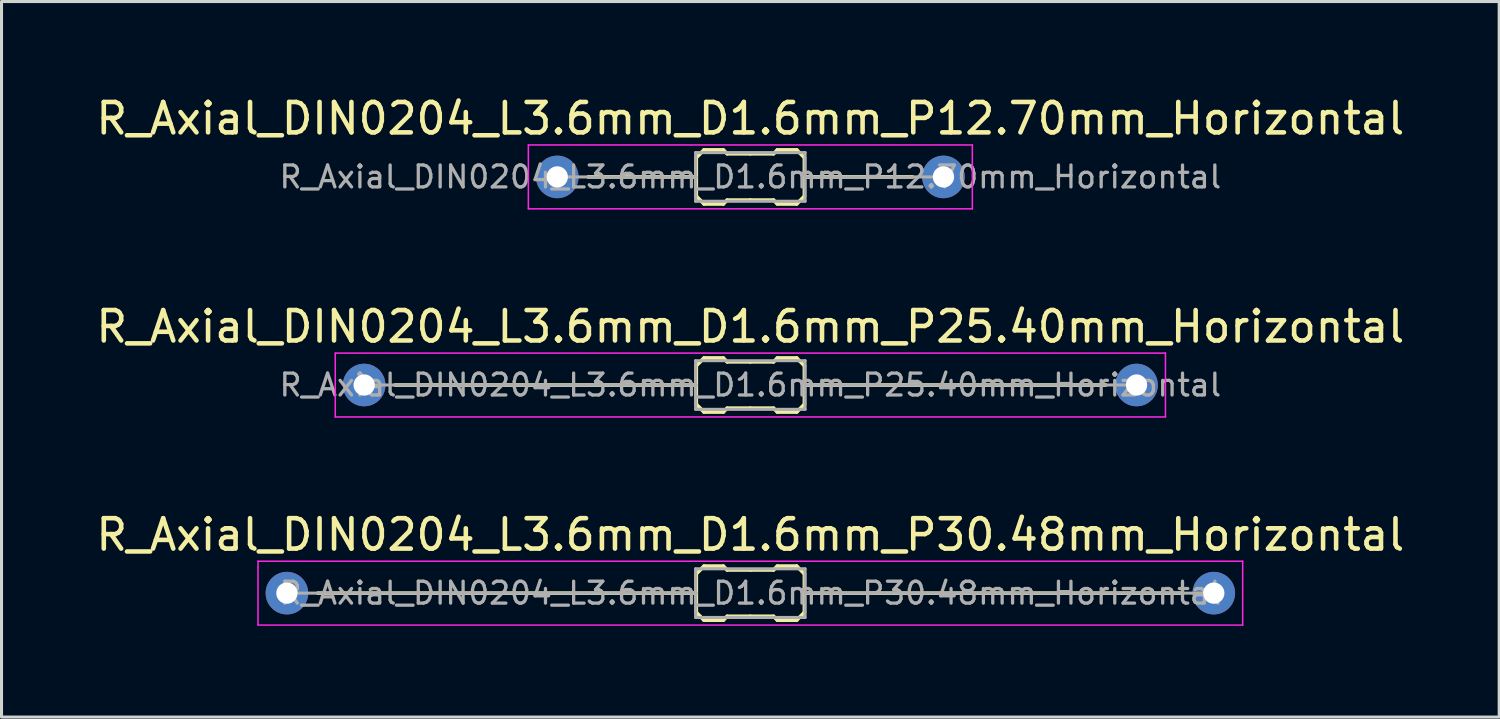
<source format=kicad_pcb>
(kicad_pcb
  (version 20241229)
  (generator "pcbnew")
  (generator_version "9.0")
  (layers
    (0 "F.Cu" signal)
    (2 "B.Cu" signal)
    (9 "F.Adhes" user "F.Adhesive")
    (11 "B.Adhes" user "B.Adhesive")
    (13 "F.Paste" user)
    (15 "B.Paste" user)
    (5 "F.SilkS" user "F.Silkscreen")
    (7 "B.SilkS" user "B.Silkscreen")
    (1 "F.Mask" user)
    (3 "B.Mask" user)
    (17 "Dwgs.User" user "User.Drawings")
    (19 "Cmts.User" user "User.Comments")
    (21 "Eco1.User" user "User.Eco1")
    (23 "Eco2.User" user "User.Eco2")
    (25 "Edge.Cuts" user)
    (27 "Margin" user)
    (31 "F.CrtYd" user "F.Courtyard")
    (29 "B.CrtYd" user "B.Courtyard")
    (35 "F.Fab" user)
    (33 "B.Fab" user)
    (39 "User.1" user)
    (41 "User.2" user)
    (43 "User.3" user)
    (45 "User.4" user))
  (footprint "R_Axial_DIN0204_L3.6mm_D1.6mm_P25.40mm_Horizontal"
    (layer "F.Cu")
    (at 8.925 9.611)
    (property "Reference" "R_Axial_DIN0204_L3.6mm_D1.6mm_P25.40mm_Horizontal" (at 12.7 -1.92 0) (layer "F.SilkS") (effects (font (size 1 1) (thickness 0.15))))
    (attr through_hole)
    (fp_line (start 1.016 0) (end 10.78 0) (stroke (width 0.12) (type solid)) (layer "F.SilkS"))
    (fp_line (start 10.78 0) (end 10.922 0) (stroke (width 0.12) (type solid)) (layer "F.SilkS"))
    (fp_line (start 10.922 -0.635) (end 11.176 -0.889) (stroke (width 0.12) (type solid)) (layer "F.SilkS"))
    (fp_line (start 10.922 0.635) (end 10.922 -0.635) (stroke (width 0.12) (type solid)) (layer "F.SilkS"))
    (fp_line (start 10.922 0.635) (end 11.176 0.889) (stroke (width 0.12) (type solid)) (layer "F.SilkS"))
    (fp_line (start 11.176 -0.889) (end 11.811 -0.889) (stroke (width 0.12) (type solid)) (layer "F.SilkS"))
    (fp_line (start 11.176 0.889) (end 11.811 0.889) (stroke (width 0.12) (type solid)) (layer "F.SilkS"))
    (fp_line (start 11.811 -0.889) (end 11.938 -0.762) (stroke (width 0.12) (type solid)) (layer "F.SilkS"))
    (fp_line (start 11.811 0.889) (end 11.938 0.762) (stroke (width 0.12) (type solid)) (layer "F.SilkS"))
    (fp_line (start 11.938 -0.762) (end 12.7 -0.762) (stroke (width 0.12) (type solid)) (layer "F.SilkS"))
    (fp_line (start 11.938 0.762) (end 12.7 0.762) (stroke (width 0.12) (type solid)) (layer "F.SilkS"))
    (fp_line (start 13.462 -0.762) (end 12.7 -0.762) (stroke (width 0.12) (type solid)) (layer "F.SilkS"))
    (fp_line (start 13.462 0.762) (end 12.7 0.762) (stroke (width 0.12) (type solid)) (layer "F.SilkS"))
    (fp_line (start 13.589 -0.889) (end 13.462 -0.762) (stroke (width 0.12) (type solid)) (layer "F.SilkS"))
    (fp_line (start 13.589 0.889) (end 13.462 0.762) (stroke (width 0.12) (type solid)) (layer "F.SilkS"))
    (fp_line (start 14.224 -0.889) (end 13.589 -0.889) (stroke (width 0.12) (type solid)) (layer "F.SilkS"))
    (fp_line (start 14.224 0.889) (end 13.589 0.889) (stroke (width 0.12) (type solid)) (layer "F.SilkS"))
    (fp_line (start 14.478 -0.635) (end 14.224 -0.889) (stroke (width 0.12) (type solid)) (layer "F.SilkS"))
    (fp_line (start 14.478 -0.635) (end 14.478 0.635) (stroke (width 0.12) (type solid)) (layer "F.SilkS"))
    (fp_line (start 14.478 0.635) (end 14.224 0.889) (stroke (width 0.12) (type solid)) (layer "F.SilkS"))
    (fp_line (start 14.605 0) (end 14.478 0) (stroke (width 0.12) (type solid)) (layer "F.SilkS"))
    (fp_line (start 24.384 0) (end 14.62 0) (stroke (width 0.12) (type solid)) (layer "F.SilkS"))
    (fp_line (start -0.95 -1.05) (end -0.95 1.05) (stroke (width 0.05) (type solid)) (layer "F.CrtYd"))
    (fp_line (start -0.95 1.05) (end 26.35 1.05) (stroke (width 0.05) (type solid)) (layer "F.CrtYd"))
    (fp_line (start 26.35 -1.05) (end -0.95 -1.05) (stroke (width 0.05) (type solid)) (layer "F.CrtYd"))
    (fp_line (start 26.35 1.05) (end 26.35 -1.05) (stroke (width 0.05) (type solid)) (layer "F.CrtYd"))
    (fp_line (start 0 0) (end 10.922 0) (stroke (width 0.1) (type solid)) (layer "F.Fab"))
    (fp_line (start 10.9 -0.8) (end 10.9 0.8) (stroke (width 0.1) (type solid)) (layer "F.Fab"))
    (fp_line (start 10.9 0.8) (end 14.5 0.8) (stroke (width 0.1) (type solid)) (layer "F.Fab"))
    (fp_line (start 14.5 -0.8) (end 10.9 -0.8) (stroke (width 0.1) (type solid)) (layer "F.Fab"))
    (fp_line (start 14.5 0.8) (end 14.5 -0.8) (stroke (width 0.1) (type solid)) (layer "F.Fab"))
    (fp_line (start 25.4 0) (end 14.5 0) (stroke (width 0.1) (type solid)) (layer "F.Fab"))
    (fp_text user "${REFERENCE}" (at 12.7 0 0) (layer "F.Fab") (effects (font (size 0.72 0.72) (thickness 0.108))))
    (pad "1" thru_hole circle (at 0 0) (size 1.4 1.4) (drill 0.7) (layers "*.Cu" "*.Mask"))
    (pad "2" thru_hole oval (at 25.4 0) (size 1.4 1.4) (drill 0.7) (layers "*.Cu" "*.Mask")))
  (footprint "R_Axial_DIN0204_L3.6mm_D1.6mm_P30.48mm_Horizontal"
    (layer "F.Cu")
    (at 6.385 16.455)
    (property "Reference" "R_Axial_DIN0204_L3.6mm_D1.6mm_P30.48mm_Horizontal" (at 15.24 -1.92 0) (layer "F.SilkS") (effects (font (size 1 1) (thickness 0.15))))
    (attr through_hole)
    (fp_line (start 1.016 0) (end 13.32 0) (stroke (width 0.12) (type solid)) (layer "F.SilkS"))
    (fp_line (start 13.32 0) (end 13.462 0) (stroke (width 0.12) (type solid)) (layer "F.SilkS"))
    (fp_line (start 13.462 -0.635) (end 13.716 -0.889) (stroke (width 0.12) (type solid)) (layer "F.SilkS"))
    (fp_line (start 13.462 0.635) (end 13.462 -0.635) (stroke (width 0.12) (type solid)) (layer "F.SilkS"))
    (fp_line (start 13.462 0.635) (end 13.716 0.889) (stroke (width 0.12) (type solid)) (layer "F.SilkS"))
    (fp_line (start 13.716 -0.889) (end 14.351 -0.889) (stroke (width 0.12) (type solid)) (layer "F.SilkS"))
    (fp_line (start 13.716 0.889) (end 14.351 0.889) (stroke (width 0.12) (type solid)) (layer "F.SilkS"))
    (fp_line (start 14.351 -0.889) (end 14.478 -0.762) (stroke (width 0.12) (type solid)) (layer "F.SilkS"))
    (fp_line (start 14.351 0.889) (end 14.478 0.762) (stroke (width 0.12) (type solid)) (layer "F.SilkS"))
    (fp_line (start 14.478 -0.762) (end 15.24 -0.762) (stroke (width 0.12) (type solid)) (layer "F.SilkS"))
    (fp_line (start 14.478 0.762) (end 15.24 0.762) (stroke (width 0.12) (type solid)) (layer "F.SilkS"))
    (fp_line (start 16.002 -0.762) (end 15.24 -0.762) (stroke (width 0.12) (type solid)) (layer "F.SilkS"))
    (fp_line (start 16.002 0.762) (end 15.24 0.762) (stroke (width 0.12) (type solid)) (layer "F.SilkS"))
    (fp_line (start 16.129 -0.889) (end 16.002 -0.762) (stroke (width 0.12) (type solid)) (layer "F.SilkS"))
    (fp_line (start 16.129 0.889) (end 16.002 0.762) (stroke (width 0.12) (type solid)) (layer "F.SilkS"))
    (fp_line (start 16.764 -0.889) (end 16.129 -0.889) (stroke (width 0.12) (type solid)) (layer "F.SilkS"))
    (fp_line (start 16.764 0.889) (end 16.129 0.889) (stroke (width 0.12) (type solid)) (layer "F.SilkS"))
    (fp_line (start 17.018 -0.635) (end 16.764 -0.889) (stroke (width 0.12) (type solid)) (layer "F.SilkS"))
    (fp_line (start 17.018 -0.635) (end 17.018 0.635) (stroke (width 0.12) (type solid)) (layer "F.SilkS"))
    (fp_line (start 17.018 0.635) (end 16.764 0.889) (stroke (width 0.12) (type solid)) (layer "F.SilkS"))
    (fp_line (start 17.145 0) (end 17.018 0) (stroke (width 0.12) (type solid)) (layer "F.SilkS"))
    (fp_line (start 29.464 0) (end 17.16 0) (stroke (width 0.12) (type solid)) (layer "F.SilkS"))
    (fp_line (start -0.95 -1.05) (end -0.95 1.05) (stroke (width 0.05) (type solid)) (layer "F.CrtYd"))
    (fp_line (start -0.95 1.05) (end 31.43 1.05) (stroke (width 0.05) (type solid)) (layer "F.CrtYd"))
    (fp_line (start 31.43 -1.05) (end -0.95 -1.05) (stroke (width 0.05) (type solid)) (layer "F.CrtYd"))
    (fp_line (start 31.43 1.05) (end 31.43 -1.05) (stroke (width 0.05) (type solid)) (layer "F.CrtYd"))
    (fp_line (start 0 0) (end 13.462 0) (stroke (width 0.1) (type solid)) (layer "F.Fab"))
    (fp_line (start 13.44 -0.8) (end 13.44 0.8) (stroke (width 0.1) (type solid)) (layer "F.Fab"))
    (fp_line (start 13.44 0.8) (end 17.04 0.8) (stroke (width 0.1) (type solid)) (layer "F.Fab"))
    (fp_line (start 17.04 -0.8) (end 13.44 -0.8) (stroke (width 0.1) (type solid)) (layer "F.Fab"))
    (fp_line (start 17.04 0.8) (end 17.04 -0.8) (stroke (width 0.1) (type solid)) (layer "F.Fab"))
    (fp_line (start 30.48 0) (end 17.04 0) (stroke (width 0.1) (type solid)) (layer "F.Fab"))
    (fp_text user "${REFERENCE}" (at 15.24 0 0) (layer "F.Fab") (effects (font (size 0.72 0.72) (thickness 0.108))))
    (pad "1" thru_hole circle (at 0 0) (size 1.4 1.4) (drill 0.7) (layers "*.Cu" "*.Mask"))
    (pad "2" thru_hole oval (at 30.48 0) (size 1.4 1.4) (drill 0.7) (layers "*.Cu" "*.Mask")))
  (footprint "R_Axial_DIN0204_L3.6mm_D1.6mm_P12.70mm_Horizontal"
    (layer "F.Cu")
    (at 15.275 2.768)
    (property "Reference" "R_Axial_DIN0204_L3.6mm_D1.6mm_P12.70mm_Horizontal" (at 6.35 -1.92 0) (layer "F.SilkS") (effects (font (size 1 1) (thickness 0.15))))
    (attr through_hole)
    (fp_line (start 1.016 0) (end 4.43 0) (stroke (width 0.12) (type solid)) (layer "F.SilkS"))
    (fp_line (start 4.43 0) (end 4.572 0) (stroke (width 0.12) (type solid)) (layer "F.SilkS"))
    (fp_line (start 4.572 -0.635) (end 4.826 -0.889) (stroke (width 0.12) (type solid)) (layer "F.SilkS"))
    (fp_line (start 4.572 0.635) (end 4.572 -0.635) (stroke (width 0.12) (type solid)) (layer "F.SilkS"))
    (fp_line (start 4.572 0.635) (end 4.826 0.889) (stroke (width 0.12) (type solid)) (layer "F.SilkS"))
    (fp_line (start 4.826 -0.889) (end 5.461 -0.889) (stroke (width 0.12) (type solid)) (layer "F.SilkS"))
    (fp_line (start 4.826 0.889) (end 5.461 0.889) (stroke (width 0.12) (type solid)) (layer "F.SilkS"))
    (fp_line (start 5.461 -0.889) (end 5.588 -0.762) (stroke (width 0.12) (type solid)) (layer "F.SilkS"))
    (fp_line (start 5.461 0.889) (end 5.588 0.762) (stroke (width 0.12) (type solid)) (layer "F.SilkS"))
    (fp_line (start 5.588 -0.762) (end 6.35 -0.762) (stroke (width 0.12) (type solid)) (layer "F.SilkS"))
    (fp_line (start 5.588 0.762) (end 6.35 0.762) (stroke (width 0.12) (type solid)) (layer "F.SilkS"))
    (fp_line (start 7.112 -0.762) (end 6.35 -0.762) (stroke (width 0.12) (type solid)) (layer "F.SilkS"))
    (fp_line (start 7.112 0.762) (end 6.35 0.762) (stroke (width 0.12) (type solid)) (layer "F.SilkS"))
    (fp_line (start 7.239 -0.889) (end 7.112 -0.762) (stroke (width 0.12) (type solid)) (layer "F.SilkS"))
    (fp_line (start 7.239 0.889) (end 7.112 0.762) (stroke (width 0.12) (type solid)) (layer "F.SilkS"))
    (fp_line (start 7.874 -0.889) (end 7.239 -0.889) (stroke (width 0.12) (type solid)) (layer "F.SilkS"))
    (fp_line (start 7.874 0.889) (end 7.239 0.889) (stroke (width 0.12) (type solid)) (layer "F.SilkS"))
    (fp_line (start 8.128 -0.635) (end 7.874 -0.889) (stroke (width 0.12) (type solid)) (layer "F.SilkS"))
    (fp_line (start 8.128 -0.635) (end 8.128 0.635) (stroke (width 0.12) (type solid)) (layer "F.SilkS"))
    (fp_line (start 8.128 0.635) (end 7.874 0.889) (stroke (width 0.12) (type solid)) (layer "F.SilkS"))
    (fp_line (start 8.255 0) (end 8.128 0) (stroke (width 0.12) (type solid)) (layer "F.SilkS"))
    (fp_line (start 11.684 0) (end 8.27 0) (stroke (width 0.12) (type solid)) (layer "F.SilkS"))
    (fp_line (start -0.95 -1.05) (end -0.95 1.05) (stroke (width 0.05) (type solid)) (layer "F.CrtYd"))
    (fp_line (start -0.95 1.05) (end 13.65 1.05) (stroke (width 0.05) (type solid)) (layer "F.CrtYd"))
    (fp_line (start 13.65 -1.05) (end -0.95 -1.05) (stroke (width 0.05) (type solid)) (layer "F.CrtYd"))
    (fp_line (start 13.65 1.05) (end 13.65 -1.05) (stroke (width 0.05) (type solid)) (layer "F.CrtYd"))
    (fp_line (start 0 0) (end 4.572 0) (stroke (width 0.1) (type solid)) (layer "F.Fab"))
    (fp_line (start 4.55 -0.8) (end 4.55 0.8) (stroke (width 0.1) (type solid)) (layer "F.Fab"))
    (fp_line (start 4.55 0.8) (end 8.15 0.8) (stroke (width 0.1) (type solid)) (layer "F.Fab"))
    (fp_line (start 8.15 -0.8) (end 4.55 -0.8) (stroke (width 0.1) (type solid)) (layer "F.Fab"))
    (fp_line (start 8.15 0.8) (end 8.15 -0.8) (stroke (width 0.1) (type solid)) (layer "F.Fab"))
    (fp_line (start 12.7 0) (end 8.15 0) (stroke (width 0.1) (type solid)) (layer "F.Fab"))
    (fp_text user "${REFERENCE}" (at 6.35 0 0) (layer "F.Fab") (effects (font (size 0.72 0.72) (thickness 0.108))))
    (pad "1" thru_hole circle (at 0 0) (size 1.4 1.4) (drill 0.7) (layers "*.Cu" "*.Mask"))
    (pad "2" thru_hole oval (at 12.7 0) (size 1.4 1.4) (drill 0.7) (layers "*.Cu" "*.Mask")))
  (gr_rect
    (start -3 -3)
    (end 46.25 20.53)
    (stroke (width 0.1) (type default))
    (fill no)
    (layer "Edge.Cuts")))
</source>
